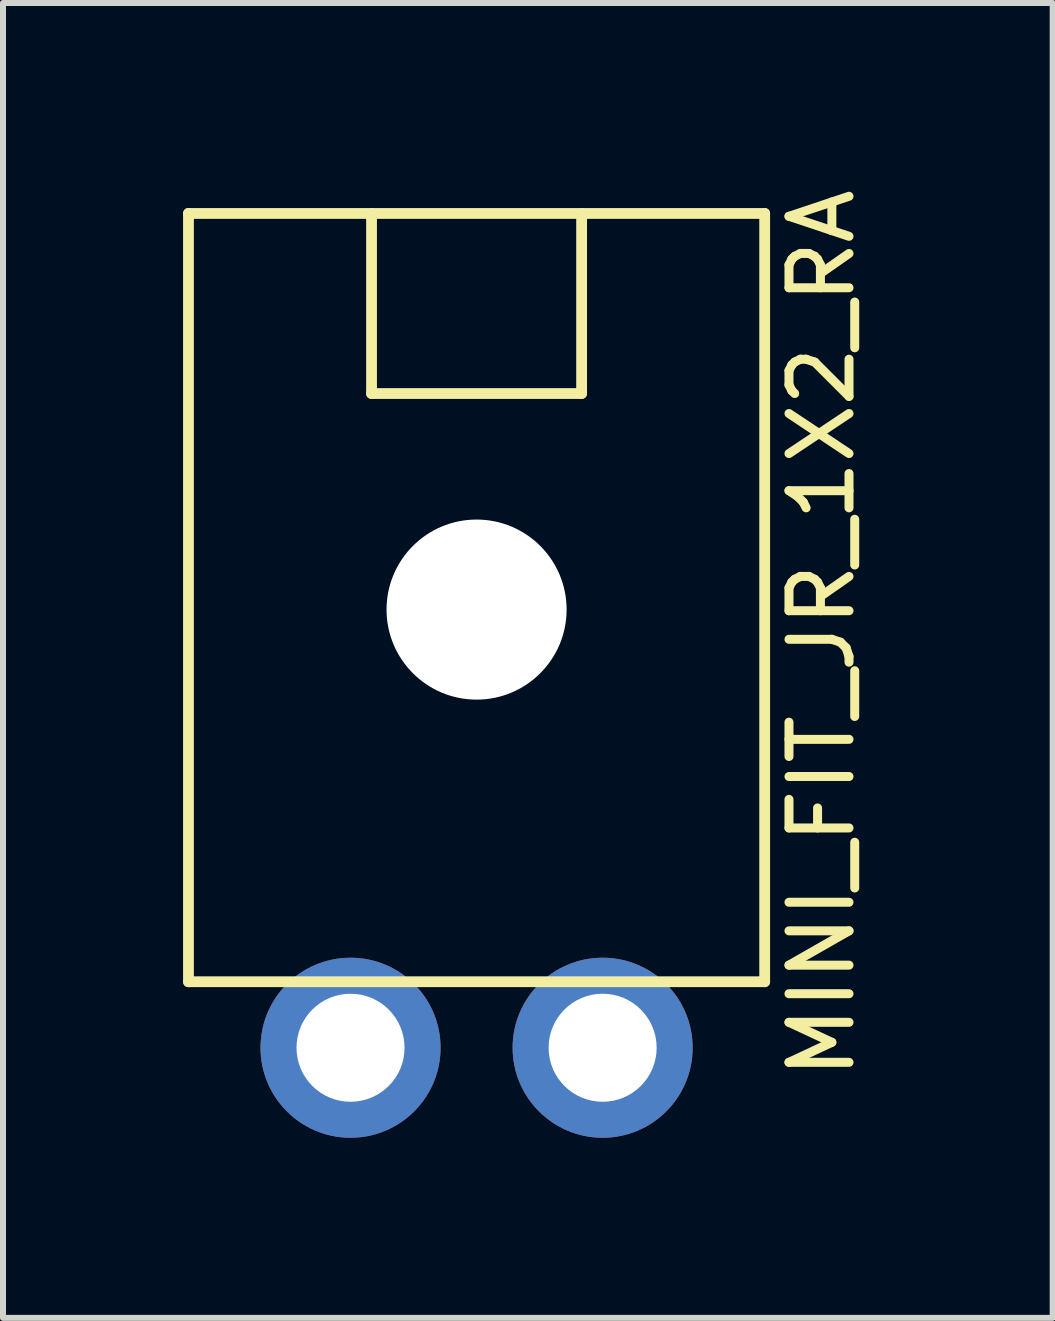
<source format=kicad_pcb>
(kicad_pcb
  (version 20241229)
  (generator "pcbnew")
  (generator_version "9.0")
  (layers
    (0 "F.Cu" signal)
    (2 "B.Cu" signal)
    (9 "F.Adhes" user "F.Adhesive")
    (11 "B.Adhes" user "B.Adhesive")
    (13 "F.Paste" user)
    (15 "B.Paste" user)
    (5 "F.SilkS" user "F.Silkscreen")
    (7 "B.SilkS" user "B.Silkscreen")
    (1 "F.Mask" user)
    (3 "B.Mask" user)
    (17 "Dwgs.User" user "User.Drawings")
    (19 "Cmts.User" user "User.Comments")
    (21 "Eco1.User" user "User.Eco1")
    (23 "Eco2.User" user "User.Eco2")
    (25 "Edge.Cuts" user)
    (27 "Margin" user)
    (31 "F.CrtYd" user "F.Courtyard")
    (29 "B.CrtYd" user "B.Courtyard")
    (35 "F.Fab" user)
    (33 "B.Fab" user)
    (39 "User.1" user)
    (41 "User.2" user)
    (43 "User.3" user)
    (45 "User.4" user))
  (footprint "MINI_FIT_JR_1X2_RA"
    (layer "F.Cu")
    (at 4.89 0.506)
    (property "Reference" "MINI_FIT_JR_1X2_RA" (at 5.75 7 90) (layer "F.SilkS") (effects (font (size 1 1) (thickness 0.15))))
    (attr through_hole)
    (fp_line (start -4.8 0) (end 4.8 0) (stroke (width 0.18) (type solid)) (layer "F.SilkS"))
    (fp_line (start -4.8 12.8) (end -4.8 0) (stroke (width 0.18) (type solid)) (layer "F.SilkS"))
    (fp_line (start -1.75 0) (end -1.75 3) (stroke (width 0.18) (type solid)) (layer "F.SilkS"))
    (fp_line (start -1.75 3) (end 1.75 3) (stroke (width 0.18) (type solid)) (layer "F.SilkS"))
    (fp_line (start 1.75 3) (end 1.75 0) (stroke (width 0.18) (type solid)) (layer "F.SilkS"))
    (fp_line (start 4.8 0) (end 4.8 12.8) (stroke (width 0.18) (type solid)) (layer "F.SilkS"))
    (fp_line (start 4.8 12.8) (end -4.8 12.8) (stroke (width 0.18) (type solid)) (layer "F.SilkS"))
    (pad "" np_thru_hole circle (at 0 6.6) (size 3 3) (drill 3) (layers "*.Cu" "*.Mask"))
    (pad "1" thru_hole circle (at -2.1 13.9) (size 3 3) (drill 1.8) (layers "*.Cu" "*.Mask"))
    (pad "2" thru_hole circle (at 2.1 13.9) (size 3 3) (drill 1.8) (layers "*.Cu" "*.Mask")))
  (gr_rect
    (start -3 -3)
    (end 14.488 18.906)
    (stroke (width 0.1) (type default))
    (fill no)
    (layer "Edge.Cuts")))
</source>
